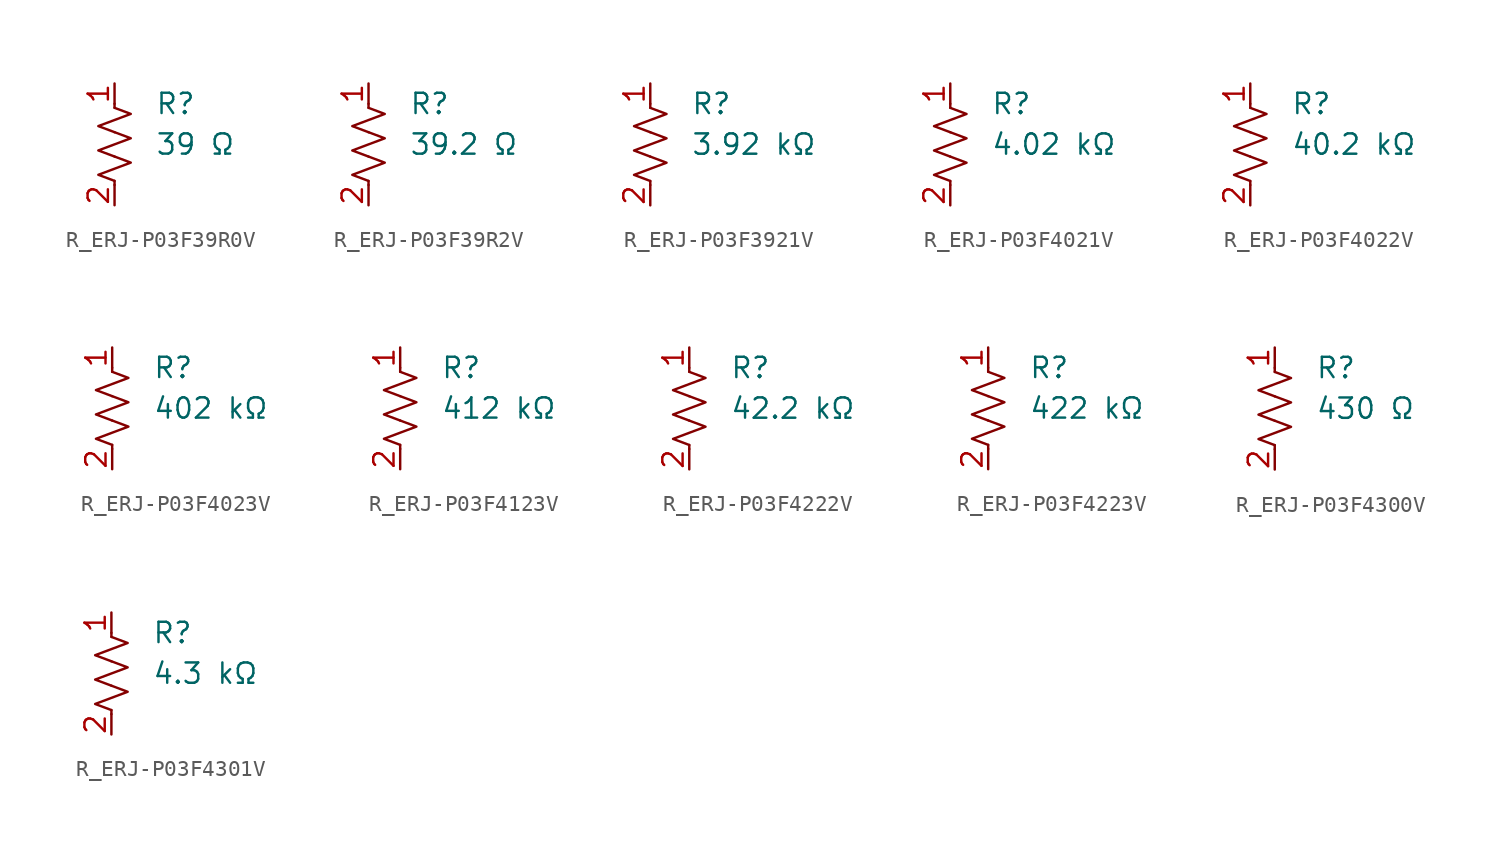
<source format=kicad_sym>
(kicad_symbol_lib
  (version 20231120)
  (generator "kicad_symbol_editor")
  (generator_version "8.0")
  (symbol "R_ERJ-P03F39R0V"
    (pin_names
      (offset 0.254))
    (property "Value" "39 Ω"
      (at 2.54 0 0)
      (effects (font (size 1.27 1.27)) (justify left)))
    (property "Reference" "R"
      (at 2.54 2.54 0)
      (effects (font (size 1.27 1.27)) (justify left)))
    (symbol "R_ERJ-P03F39R0V_0_1"
      (polyline (pts (xy 0 -2.286) (xy 0 -2.54)) (stroke (width 0) (type default)) (fill (type none)))
      (polyline (pts (xy 0 2.286) (xy 0 2.54)) (stroke (width 0) (type default)) (fill (type none)))
      (polyline (pts (xy 0 -0.762) (xy 1.016 -1.143) (xy 0 -1.524) (xy -1.016 -1.905) (xy 0 -2.286)) (stroke (width 0) (type default)) (fill (type none)))
      (polyline (pts (xy 0 0.762) (xy 1.016 0.381) (xy 0 0) (xy -1.016 -0.381) (xy 0 -0.762)) (stroke (width 0) (type default)) (fill (type none)))
      (polyline (pts (xy 0 2.286) (xy 1.016 1.905) (xy 0 1.524) (xy -1.016 1.143) (xy 0 0.762)) (stroke (width 0) (type default)) (fill (type none))))
    (symbol "R_ERJ-P03F39R0V_1_1"
      (pin passive line (at 0 3.81 270) (length 1.27) (name "~" (effects (font (size 1.27 1.27)))) (number "1" (effects (font (size 1.27 1.27)))))
      (pin passive line (at 0 -3.81 90) (length 1.27) (name "~" (effects (font (size 1.27 1.27)))) (number "2" (effects (font (size 1.27 1.27)))))))
  (symbol "R_ERJ-P03F39R2V"
    (pin_names
      (offset 0.254))
    (property "Value" "39.2 Ω"
      (at 2.54 0 0)
      (effects (font (size 1.27 1.27)) (justify left)))
    (property "Reference" "R"
      (at 2.54 2.54 0)
      (effects (font (size 1.27 1.27)) (justify left)))
    (symbol "R_ERJ-P03F39R2V_0_1"
      (polyline (pts (xy 0 -2.286) (xy 0 -2.54)) (stroke (width 0) (type default)) (fill (type none)))
      (polyline (pts (xy 0 2.286) (xy 0 2.54)) (stroke (width 0) (type default)) (fill (type none)))
      (polyline (pts (xy 0 -0.762) (xy 1.016 -1.143) (xy 0 -1.524) (xy -1.016 -1.905) (xy 0 -2.286)) (stroke (width 0) (type default)) (fill (type none)))
      (polyline (pts (xy 0 0.762) (xy 1.016 0.381) (xy 0 0) (xy -1.016 -0.381) (xy 0 -0.762)) (stroke (width 0) (type default)) (fill (type none)))
      (polyline (pts (xy 0 2.286) (xy 1.016 1.905) (xy 0 1.524) (xy -1.016 1.143) (xy 0 0.762)) (stroke (width 0) (type default)) (fill (type none))))
    (symbol "R_ERJ-P03F39R2V_1_1"
      (pin passive line (at 0 3.81 270) (length 1.27) (name "~" (effects (font (size 1.27 1.27)))) (number "1" (effects (font (size 1.27 1.27)))))
      (pin passive line (at 0 -3.81 90) (length 1.27) (name "~" (effects (font (size 1.27 1.27)))) (number "2" (effects (font (size 1.27 1.27)))))))
  (symbol "R_ERJ-P03F3921V"
    (pin_names
      (offset 0.254))
    (property "Value" "3.92 kΩ"
      (at 2.54 0 0)
      (effects (font (size 1.27 1.27)) (justify left)))
    (property "Reference" "R"
      (at 2.54 2.54 0)
      (effects (font (size 1.27 1.27)) (justify left)))
    (symbol "R_ERJ-P03F3921V_0_1"
      (polyline (pts (xy 0 -2.286) (xy 0 -2.54)) (stroke (width 0) (type default)) (fill (type none)))
      (polyline (pts (xy 0 2.286) (xy 0 2.54)) (stroke (width 0) (type default)) (fill (type none)))
      (polyline (pts (xy 0 -0.762) (xy 1.016 -1.143) (xy 0 -1.524) (xy -1.016 -1.905) (xy 0 -2.286)) (stroke (width 0) (type default)) (fill (type none)))
      (polyline (pts (xy 0 0.762) (xy 1.016 0.381) (xy 0 0) (xy -1.016 -0.381) (xy 0 -0.762)) (stroke (width 0) (type default)) (fill (type none)))
      (polyline (pts (xy 0 2.286) (xy 1.016 1.905) (xy 0 1.524) (xy -1.016 1.143) (xy 0 0.762)) (stroke (width 0) (type default)) (fill (type none))))
    (symbol "R_ERJ-P03F3921V_1_1"
      (pin passive line (at 0 3.81 270) (length 1.27) (name "~" (effects (font (size 1.27 1.27)))) (number "1" (effects (font (size 1.27 1.27)))))
      (pin passive line (at 0 -3.81 90) (length 1.27) (name "~" (effects (font (size 1.27 1.27)))) (number "2" (effects (font (size 1.27 1.27)))))))
  (symbol "R_ERJ-P03F4021V"
    (pin_names
      (offset 0.254))
    (property "Value" "4.02 kΩ"
      (at 2.54 0 0)
      (effects (font (size 1.27 1.27)) (justify left)))
    (property "Reference" "R"
      (at 2.54 2.54 0)
      (effects (font (size 1.27 1.27)) (justify left)))
    (symbol "R_ERJ-P03F4021V_0_1"
      (polyline (pts (xy 0 -2.286) (xy 0 -2.54)) (stroke (width 0) (type default)) (fill (type none)))
      (polyline (pts (xy 0 2.286) (xy 0 2.54)) (stroke (width 0) (type default)) (fill (type none)))
      (polyline (pts (xy 0 -0.762) (xy 1.016 -1.143) (xy 0 -1.524) (xy -1.016 -1.905) (xy 0 -2.286)) (stroke (width 0) (type default)) (fill (type none)))
      (polyline (pts (xy 0 0.762) (xy 1.016 0.381) (xy 0 0) (xy -1.016 -0.381) (xy 0 -0.762)) (stroke (width 0) (type default)) (fill (type none)))
      (polyline (pts (xy 0 2.286) (xy 1.016 1.905) (xy 0 1.524) (xy -1.016 1.143) (xy 0 0.762)) (stroke (width 0) (type default)) (fill (type none))))
    (symbol "R_ERJ-P03F4021V_1_1"
      (pin passive line (at 0 3.81 270) (length 1.27) (name "~" (effects (font (size 1.27 1.27)))) (number "1" (effects (font (size 1.27 1.27)))))
      (pin passive line (at 0 -3.81 90) (length 1.27) (name "~" (effects (font (size 1.27 1.27)))) (number "2" (effects (font (size 1.27 1.27)))))))
  (symbol "R_ERJ-P03F4022V"
    (pin_names
      (offset 0.254))
    (property "Value" "40.2 kΩ"
      (at 2.54 0 0)
      (effects (font (size 1.27 1.27)) (justify left)))
    (property "Reference" "R"
      (at 2.54 2.54 0)
      (effects (font (size 1.27 1.27)) (justify left)))
    (symbol "R_ERJ-P03F4022V_0_1"
      (polyline (pts (xy 0 -2.286) (xy 0 -2.54)) (stroke (width 0) (type default)) (fill (type none)))
      (polyline (pts (xy 0 2.286) (xy 0 2.54)) (stroke (width 0) (type default)) (fill (type none)))
      (polyline (pts (xy 0 -0.762) (xy 1.016 -1.143) (xy 0 -1.524) (xy -1.016 -1.905) (xy 0 -2.286)) (stroke (width 0) (type default)) (fill (type none)))
      (polyline (pts (xy 0 0.762) (xy 1.016 0.381) (xy 0 0) (xy -1.016 -0.381) (xy 0 -0.762)) (stroke (width 0) (type default)) (fill (type none)))
      (polyline (pts (xy 0 2.286) (xy 1.016 1.905) (xy 0 1.524) (xy -1.016 1.143) (xy 0 0.762)) (stroke (width 0) (type default)) (fill (type none))))
    (symbol "R_ERJ-P03F4022V_1_1"
      (pin passive line (at 0 3.81 270) (length 1.27) (name "~" (effects (font (size 1.27 1.27)))) (number "1" (effects (font (size 1.27 1.27)))))
      (pin passive line (at 0 -3.81 90) (length 1.27) (name "~" (effects (font (size 1.27 1.27)))) (number "2" (effects (font (size 1.27 1.27)))))))
  (symbol "R_ERJ-P03F4023V"
    (pin_names
      (offset 0.254))
    (property "Value" "402 kΩ"
      (at 2.54 0 0)
      (effects (font (size 1.27 1.27)) (justify left)))
    (property "Reference" "R"
      (at 2.54 2.54 0)
      (effects (font (size 1.27 1.27)) (justify left)))
    (symbol "R_ERJ-P03F4023V_0_1"
      (polyline (pts (xy 0 -2.286) (xy 0 -2.54)) (stroke (width 0) (type default)) (fill (type none)))
      (polyline (pts (xy 0 2.286) (xy 0 2.54)) (stroke (width 0) (type default)) (fill (type none)))
      (polyline (pts (xy 0 -0.762) (xy 1.016 -1.143) (xy 0 -1.524) (xy -1.016 -1.905) (xy 0 -2.286)) (stroke (width 0) (type default)) (fill (type none)))
      (polyline (pts (xy 0 0.762) (xy 1.016 0.381) (xy 0 0) (xy -1.016 -0.381) (xy 0 -0.762)) (stroke (width 0) (type default)) (fill (type none)))
      (polyline (pts (xy 0 2.286) (xy 1.016 1.905) (xy 0 1.524) (xy -1.016 1.143) (xy 0 0.762)) (stroke (width 0) (type default)) (fill (type none))))
    (symbol "R_ERJ-P03F4023V_1_1"
      (pin passive line (at 0 3.81 270) (length 1.27) (name "~" (effects (font (size 1.27 1.27)))) (number "1" (effects (font (size 1.27 1.27)))))
      (pin passive line (at 0 -3.81 90) (length 1.27) (name "~" (effects (font (size 1.27 1.27)))) (number "2" (effects (font (size 1.27 1.27)))))))
  (symbol "R_ERJ-P03F4123V"
    (pin_names
      (offset 0.254))
    (property "Value" "412 kΩ"
      (at 2.54 0 0)
      (effects (font (size 1.27 1.27)) (justify left)))
    (property "Reference" "R"
      (at 2.54 2.54 0)
      (effects (font (size 1.27 1.27)) (justify left)))
    (symbol "R_ERJ-P03F4123V_0_1"
      (polyline (pts (xy 0 -2.286) (xy 0 -2.54)) (stroke (width 0) (type default)) (fill (type none)))
      (polyline (pts (xy 0 2.286) (xy 0 2.54)) (stroke (width 0) (type default)) (fill (type none)))
      (polyline (pts (xy 0 -0.762) (xy 1.016 -1.143) (xy 0 -1.524) (xy -1.016 -1.905) (xy 0 -2.286)) (stroke (width 0) (type default)) (fill (type none)))
      (polyline (pts (xy 0 0.762) (xy 1.016 0.381) (xy 0 0) (xy -1.016 -0.381) (xy 0 -0.762)) (stroke (width 0) (type default)) (fill (type none)))
      (polyline (pts (xy 0 2.286) (xy 1.016 1.905) (xy 0 1.524) (xy -1.016 1.143) (xy 0 0.762)) (stroke (width 0) (type default)) (fill (type none))))
    (symbol "R_ERJ-P03F4123V_1_1"
      (pin passive line (at 0 3.81 270) (length 1.27) (name "~" (effects (font (size 1.27 1.27)))) (number "1" (effects (font (size 1.27 1.27)))))
      (pin passive line (at 0 -3.81 90) (length 1.27) (name "~" (effects (font (size 1.27 1.27)))) (number "2" (effects (font (size 1.27 1.27)))))))
  (symbol "R_ERJ-P03F4222V"
    (pin_names
      (offset 0.254))
    (property "Value" "42.2 kΩ"
      (at 2.54 0 0)
      (effects (font (size 1.27 1.27)) (justify left)))
    (property "Reference" "R"
      (at 2.54 2.54 0)
      (effects (font (size 1.27 1.27)) (justify left)))
    (symbol "R_ERJ-P03F4222V_0_1"
      (polyline (pts (xy 0 -2.286) (xy 0 -2.54)) (stroke (width 0) (type default)) (fill (type none)))
      (polyline (pts (xy 0 2.286) (xy 0 2.54)) (stroke (width 0) (type default)) (fill (type none)))
      (polyline (pts (xy 0 -0.762) (xy 1.016 -1.143) (xy 0 -1.524) (xy -1.016 -1.905) (xy 0 -2.286)) (stroke (width 0) (type default)) (fill (type none)))
      (polyline (pts (xy 0 0.762) (xy 1.016 0.381) (xy 0 0) (xy -1.016 -0.381) (xy 0 -0.762)) (stroke (width 0) (type default)) (fill (type none)))
      (polyline (pts (xy 0 2.286) (xy 1.016 1.905) (xy 0 1.524) (xy -1.016 1.143) (xy 0 0.762)) (stroke (width 0) (type default)) (fill (type none))))
    (symbol "R_ERJ-P03F4222V_1_1"
      (pin passive line (at 0 3.81 270) (length 1.27) (name "~" (effects (font (size 1.27 1.27)))) (number "1" (effects (font (size 1.27 1.27)))))
      (pin passive line (at 0 -3.81 90) (length 1.27) (name "~" (effects (font (size 1.27 1.27)))) (number "2" (effects (font (size 1.27 1.27)))))))
  (symbol "R_ERJ-P03F4223V"
    (pin_names
      (offset 0.254))
    (property "Value" "422 kΩ"
      (at 2.54 0 0)
      (effects (font (size 1.27 1.27)) (justify left)))
    (property "Reference" "R"
      (at 2.54 2.54 0)
      (effects (font (size 1.27 1.27)) (justify left)))
    (symbol "R_ERJ-P03F4223V_0_1"
      (polyline (pts (xy 0 -2.286) (xy 0 -2.54)) (stroke (width 0) (type default)) (fill (type none)))
      (polyline (pts (xy 0 2.286) (xy 0 2.54)) (stroke (width 0) (type default)) (fill (type none)))
      (polyline (pts (xy 0 -0.762) (xy 1.016 -1.143) (xy 0 -1.524) (xy -1.016 -1.905) (xy 0 -2.286)) (stroke (width 0) (type default)) (fill (type none)))
      (polyline (pts (xy 0 0.762) (xy 1.016 0.381) (xy 0 0) (xy -1.016 -0.381) (xy 0 -0.762)) (stroke (width 0) (type default)) (fill (type none)))
      (polyline (pts (xy 0 2.286) (xy 1.016 1.905) (xy 0 1.524) (xy -1.016 1.143) (xy 0 0.762)) (stroke (width 0) (type default)) (fill (type none))))
    (symbol "R_ERJ-P03F4223V_1_1"
      (pin passive line (at 0 3.81 270) (length 1.27) (name "~" (effects (font (size 1.27 1.27)))) (number "1" (effects (font (size 1.27 1.27)))))
      (pin passive line (at 0 -3.81 90) (length 1.27) (name "~" (effects (font (size 1.27 1.27)))) (number "2" (effects (font (size 1.27 1.27)))))))
  (symbol "R_ERJ-P03F4300V"
    (pin_names
      (offset 0.254))
    (property "Value" "430 Ω"
      (at 2.54 0 0)
      (effects (font (size 1.27 1.27)) (justify left)))
    (property "Reference" "R"
      (at 2.54 2.54 0)
      (effects (font (size 1.27 1.27)) (justify left)))
    (symbol "R_ERJ-P03F4300V_0_1"
      (polyline (pts (xy 0 -2.286) (xy 0 -2.54)) (stroke (width 0) (type default)) (fill (type none)))
      (polyline (pts (xy 0 2.286) (xy 0 2.54)) (stroke (width 0) (type default)) (fill (type none)))
      (polyline (pts (xy 0 -0.762) (xy 1.016 -1.143) (xy 0 -1.524) (xy -1.016 -1.905) (xy 0 -2.286)) (stroke (width 0) (type default)) (fill (type none)))
      (polyline (pts (xy 0 0.762) (xy 1.016 0.381) (xy 0 0) (xy -1.016 -0.381) (xy 0 -0.762)) (stroke (width 0) (type default)) (fill (type none)))
      (polyline (pts (xy 0 2.286) (xy 1.016 1.905) (xy 0 1.524) (xy -1.016 1.143) (xy 0 0.762)) (stroke (width 0) (type default)) (fill (type none))))
    (symbol "R_ERJ-P03F4300V_1_1"
      (pin passive line (at 0 3.81 270) (length 1.27) (name "~" (effects (font (size 1.27 1.27)))) (number "1" (effects (font (size 1.27 1.27)))))
      (pin passive line (at 0 -3.81 90) (length 1.27) (name "~" (effects (font (size 1.27 1.27)))) (number "2" (effects (font (size 1.27 1.27)))))))
  (symbol "R_ERJ-P03F4301V"
    (pin_names
      (offset 0.254))
    (property "Value" "4.3 kΩ"
      (at 2.54 0 0)
      (effects (font (size 1.27 1.27)) (justify left)))
    (property "Reference" "R"
      (at 2.54 2.54 0)
      (effects (font (size 1.27 1.27)) (justify left)))
    (symbol "R_ERJ-P03F4301V_0_1"
      (polyline (pts (xy 0 -2.286) (xy 0 -2.54)) (stroke (width 0) (type default)) (fill (type none)))
      (polyline (pts (xy 0 2.286) (xy 0 2.54)) (stroke (width 0) (type default)) (fill (type none)))
      (polyline (pts (xy 0 -0.762) (xy 1.016 -1.143) (xy 0 -1.524) (xy -1.016 -1.905) (xy 0 -2.286)) (stroke (width 0) (type default)) (fill (type none)))
      (polyline (pts (xy 0 0.762) (xy 1.016 0.381) (xy 0 0) (xy -1.016 -0.381) (xy 0 -0.762)) (stroke (width 0) (type default)) (fill (type none)))
      (polyline (pts (xy 0 2.286) (xy 1.016 1.905) (xy 0 1.524) (xy -1.016 1.143) (xy 0 0.762)) (stroke (width 0) (type default)) (fill (type none))))
    (symbol "R_ERJ-P03F4301V_1_1"
      (pin passive line (at 0 3.81 270) (length 1.27) (name "~" (effects (font (size 1.27 1.27)))) (number "1" (effects (font (size 1.27 1.27)))))
      (pin passive line (at 0 -3.81 90) (length 1.27) (name "~" (effects (font (size 1.27 1.27)))) (number "2" (effects (font (size 1.27 1.27))))))))
</source>
